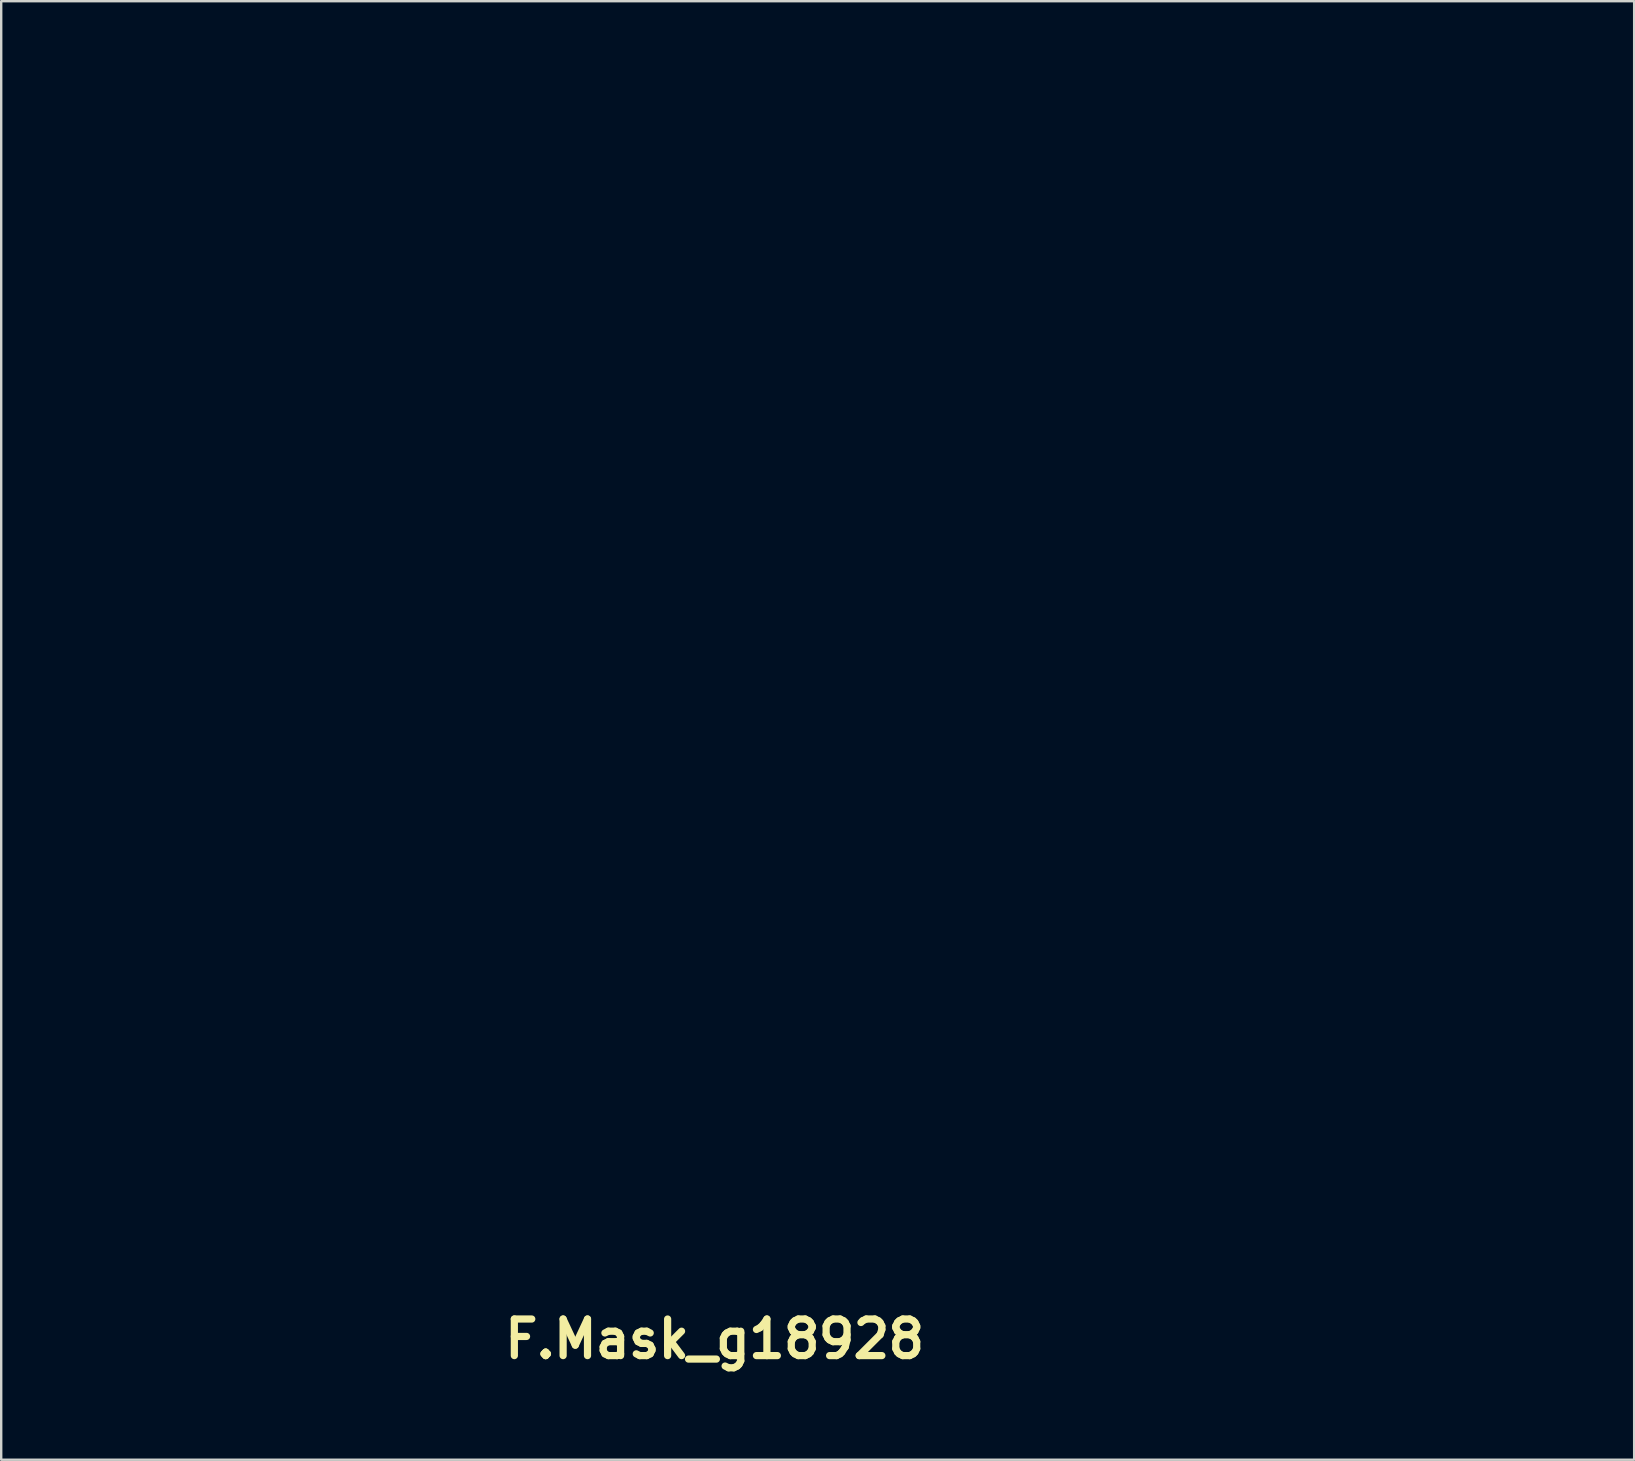
<source format=kicad_pcb>
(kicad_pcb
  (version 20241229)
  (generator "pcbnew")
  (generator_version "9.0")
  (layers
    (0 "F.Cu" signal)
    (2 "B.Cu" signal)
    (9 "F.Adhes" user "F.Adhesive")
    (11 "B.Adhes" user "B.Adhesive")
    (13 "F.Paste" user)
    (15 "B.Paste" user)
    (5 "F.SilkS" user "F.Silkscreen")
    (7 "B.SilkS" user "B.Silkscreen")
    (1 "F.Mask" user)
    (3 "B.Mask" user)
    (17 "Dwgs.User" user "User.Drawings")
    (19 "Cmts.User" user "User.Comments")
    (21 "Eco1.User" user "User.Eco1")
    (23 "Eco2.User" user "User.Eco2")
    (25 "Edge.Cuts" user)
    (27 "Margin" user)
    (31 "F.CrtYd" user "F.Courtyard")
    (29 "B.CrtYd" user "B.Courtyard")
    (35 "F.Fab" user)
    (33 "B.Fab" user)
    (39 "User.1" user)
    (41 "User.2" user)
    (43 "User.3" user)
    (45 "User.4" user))
  (footprint "F.Mask_g18928"
    (layer "F.Cu")
    (at 26.726 52.742)
    (property "Reference" "F.Mask_g18928" (at 0 0 0) (layer "F.SilkS") (effects (font (size 1.524 1.524) (thickness 0.3))))
    (attr through_hole)
    (fp_poly (pts (xy 22.759 -3.662) (xy 22.947 -3.497) (xy 23.131 -3.201) (xy 23.295 -2.794) (xy 23.302 -2.774) (xy 23.397 -2.461) (xy 23.438 -2.258) (xy 23.43 -2.117) (xy 23.375 -1.988) (xy 23.365 -1.971) (xy 23.1 -1.662) (xy 22.734 -1.451) (xy 22.556 -1.4) (xy 22.295 -1.347) (xy 22.326 -2.049) (xy 22.356 -2.629) (xy 22.39 -3.06) (xy 22.43 -3.361) (xy 22.48 -3.552) (xy 22.543 -3.654) (xy 22.582 -3.678) (xy 22.759 -3.662)) (stroke (width 0.01) (type solid)) (fill yes) (layer "F.Mask"))
    (fp_poly (pts (xy 16.005 -1.961) (xy 16.445 -1.741) (xy 16.905 -1.366) (xy 17.004 -1.267) (xy 17.356 -0.852) (xy 17.614 -0.428) (xy 17.757 -0.031) (xy 17.78 0.167) (xy 17.751 0.352) (xy 17.632 0.473) (xy 17.482 0.546) (xy 17.096 0.676) (xy 16.712 0.754) (xy 16.381 0.773) (xy 16.155 0.727) (xy 16.03 0.598) (xy 15.881 0.342) (xy 15.72 -0.004) (xy 15.563 -0.403) (xy 15.425 -0.816) (xy 15.32 -1.208) (xy 15.263 -1.539) (xy 15.262 -1.545) (xy 15.216 -2.032) (xy 15.57 -2.032) (xy 16.005 -1.961)) (stroke (width 0.01) (type solid)) (fill yes) (layer "F.Mask"))
    (fp_poly (pts (xy 4.184 -5.308) (xy 4.242 -5.249) (xy 4.293 -5.072) (xy 4.313 -4.765) (xy 4.305 -4.359) (xy 4.272 -3.891) (xy 4.219 -3.393) (xy 4.15 -2.9) (xy 4.067 -2.447) (xy 3.974 -2.066) (xy 3.877 -1.798) (xy 3.706 -1.593) (xy 3.479 -1.534) (xy 3.231 -1.623) (xy 3.088 -1.746) (xy 2.862 -2.052) (xy 2.645 -2.454) (xy 2.451 -2.913) (xy 2.293 -3.385) (xy 2.187 -3.831) (xy 2.147 -4.207) (xy 2.17 -4.427) (xy 2.307 -4.654) (xy 2.588 -4.862) (xy 3.024 -5.054) (xy 3.605 -5.231) (xy 3.905 -5.304) (xy 4.084 -5.33) (xy 4.184 -5.308)) (stroke (width 0.01) (type solid)) (fill yes) (layer "F.Mask"))
    (fp_poly (pts (xy 5.943 -0.402) (xy 6.097 -0.326) (xy 6.291 -0.157) (xy 6.446 0.003) (xy 6.693 0.307) (xy 6.951 0.687) (xy 7.165 1.063) (xy 7.171 1.075) (xy 7.344 1.449) (xy 7.42 1.704) (xy 7.382 1.865) (xy 7.216 1.955) (xy 6.906 1.998) (xy 6.577 2.014) (xy 6.21 2.021) (xy 5.971 2.008) (xy 5.817 1.969) (xy 5.708 1.897) (xy 5.683 1.873) (xy 5.57 1.667) (xy 5.491 1.333) (xy 5.451 0.911) (xy 5.455 0.44) (xy 5.483 0.127) (xy 5.523 -0.155) (xy 5.572 -0.311) (xy 5.653 -0.382) (xy 5.789 -0.409) (xy 5.943 -0.402)) (stroke (width 0.01) (type solid)) (fill yes) (layer "F.Mask"))
    (fp_poly (pts (xy 13.046 -1.773) (xy 13.119 -1.738) (xy 13.352 -1.566) (xy 13.651 -1.263) (xy 13.999 -0.847) (xy 14.382 -0.336) (xy 14.554 -0.091) (xy 14.824 0.347) (xy 14.962 0.685) (xy 14.966 0.93) (xy 14.835 1.09) (xy 14.567 1.171) (xy 14.322 1.185) (xy 14.07 1.154) (xy 13.834 1.042) (xy 13.618 0.878) (xy 13.338 0.672) (xy 12.988 0.454) (xy 12.719 0.308) (xy 12.431 0.157) (xy 12.258 0.03) (xy 12.159 -0.111) (xy 12.096 -0.294) (xy 12.045 -0.657) (xy 12.059 -1.057) (xy 12.131 -1.425) (xy 12.234 -1.662) (xy 12.432 -1.822) (xy 12.715 -1.86) (xy 13.046 -1.773)) (stroke (width 0.01) (type solid)) (fill yes) (layer "F.Mask"))
    (fp_poly (pts (xy 15.036 -7.471) (xy 15.119 -7.446) (xy 15.216 -7.265) (xy 15.242 -6.969) (xy 15.2 -6.597) (xy 15.092 -6.186) (xy 14.999 -5.941) (xy 14.852 -5.588) (xy 14.71 -5.233) (xy 14.615 -4.985) (xy 14.401 -4.575) (xy 14.114 -4.318) (xy 13.751 -4.212) (xy 13.377 -4.241) (xy 13.117 -4.35) (xy 12.918 -4.52) (xy 12.76 -4.786) (xy 12.589 -5.161) (xy 12.425 -5.591) (xy 12.286 -6.023) (xy 12.191 -6.404) (xy 12.161 -6.643) (xy 12.15 -7.062) (xy 12.615 -7.17) (xy 13.081 -7.267) (xy 13.565 -7.35) (xy 14.034 -7.415) (xy 14.457 -7.46) (xy 14.802 -7.48) (xy 15.036 -7.471)) (stroke (width 0.01) (type solid)) (fill yes) (layer "F.Mask"))
    (fp_poly (pts (xy 17.2 -7.593) (xy 17.422 -7.544) (xy 17.447 -7.532) (xy 17.575 -7.411) (xy 17.732 -7.192) (xy 17.84 -7.003) (xy 17.987 -6.666) (xy 18.057 -6.334) (xy 18.073 -6.008) (xy 18.04 -5.557) (xy 17.922 -5.222) (xy 17.699 -4.963) (xy 17.5 -4.822) (xy 17.263 -4.695) (xy 17.102 -4.673) (xy 16.958 -4.76) (xy 16.873 -4.847) (xy 16.626 -5.156) (xy 16.37 -5.542) (xy 16.127 -5.966) (xy 15.916 -6.389) (xy 15.758 -6.771) (xy 15.673 -7.074) (xy 15.664 -7.167) (xy 15.692 -7.366) (xy 15.812 -7.479) (xy 15.93 -7.527) (xy 16.186 -7.582) (xy 16.522 -7.612) (xy 16.88 -7.615) (xy 17.2 -7.593)) (stroke (width 0.01) (type solid)) (fill yes) (layer "F.Mask"))
    (fp_poly (pts (xy 11.557 -6.816) (xy 11.583 -6.549) (xy 11.568 -6.392) (xy 11.513 -6.107) (xy 11.427 -5.729) (xy 11.319 -5.291) (xy 11.198 -4.828) (xy 11.073 -4.375) (xy 10.953 -3.965) (xy 10.848 -3.633) (xy 10.765 -3.414) (xy 10.747 -3.376) (xy 10.595 -3.239) (xy 10.379 -3.248) (xy 10.136 -3.388) (xy 9.871 -3.635) (xy 9.578 -3.974) (xy 9.276 -4.373) (xy 8.988 -4.798) (xy 8.733 -5.217) (xy 8.534 -5.599) (xy 8.411 -5.911) (xy 8.382 -6.078) (xy 8.404 -6.271) (xy 8.501 -6.392) (xy 8.7 -6.492) (xy 9.066 -6.61) (xy 9.541 -6.713) (xy 10.065 -6.791) (xy 10.578 -6.837) (xy 10.982 -6.841) (xy 11.557 -6.816)) (stroke (width 0.01) (type solid)) (fill yes) (layer "F.Mask"))
    (fp_poly (pts (xy 19.051 -3.097) (xy 19.342 -2.953) (xy 19.466 -2.826) (xy 19.641 -2.536) (xy 19.815 -2.128) (xy 19.969 -1.655) (xy 20.084 -1.167) (xy 20.094 -1.112) (xy 20.142 -0.819) (xy 20.15 -0.641) (xy 20.108 -0.525) (xy 20.009 -0.42) (xy 19.962 -0.379) (xy 19.724 -0.223) (xy 19.395 -0.065) (xy 19.041 0.069) (xy 18.725 0.153) (xy 18.578 0.169) (xy 18.435 0.138) (xy 18.319 0.02) (xy 18.197 -0.223) (xy 18.193 -0.233) (xy 18.04 -0.656) (xy 17.916 -1.135) (xy 17.831 -1.609) (xy 17.798 -2.019) (xy 17.805 -2.185) (xy 17.912 -2.541) (xy 18.124 -2.824) (xy 18.408 -3.02) (xy 18.729 -3.115) (xy 19.051 -3.097)) (stroke (width 0.01) (type solid)) (fill yes) (layer "F.Mask"))
    (fp_poly (pts (xy 21.479 -7.931) (xy 21.672 -7.877) (xy 21.74 -7.804) (xy 21.755 -7.675) (xy 21.721 -7.442) (xy 21.7 -7.341) (xy 21.587 -6.948) (xy 21.409 -6.493) (xy 21.192 -6.032) (xy 20.963 -5.619) (xy 20.748 -5.31) (xy 20.729 -5.289) (xy 20.507 -5.096) (xy 20.284 -4.998) (xy 20.101 -5.008) (xy 20.028 -5.072) (xy 19.961 -5.212) (xy 19.851 -5.471) (xy 19.715 -5.808) (xy 19.567 -6.183) (xy 19.425 -6.557) (xy 19.303 -6.888) (xy 19.217 -7.136) (xy 19.185 -7.243) (xy 19.166 -7.482) (xy 19.242 -7.652) (xy 19.435 -7.768) (xy 19.764 -7.845) (xy 20.03 -7.879) (xy 20.645 -7.932) (xy 21.132 -7.949) (xy 21.479 -7.931)) (stroke (width 0.01) (type solid)) (fill yes) (layer "F.Mask"))
    (fp_poly (pts (xy 2.652 -1.546) (xy 2.871 -1.373) (xy 3.155 -1.11) (xy 3.481 -0.778) (xy 3.83 -0.397) (xy 4.179 0.01) (xy 4.274 0.127) (xy 4.67 0.636) (xy 4.947 1.041) (xy 5.111 1.355) (xy 5.168 1.59) (xy 5.121 1.758) (xy 5.001 1.86) (xy 4.903 1.903) (xy 4.789 1.927) (xy 4.631 1.93) (xy 4.403 1.909) (xy 4.076 1.862) (xy 3.624 1.788) (xy 3.341 1.739) (xy 2.913 1.66) (xy 2.531 1.581) (xy 2.235 1.51) (xy 2.063 1.455) (xy 2.051 1.45) (xy 1.906 1.327) (xy 1.819 1.128) (xy 1.784 0.827) (xy 1.796 0.395) (xy 1.806 0.265) (xy 1.875 -0.307) (xy 1.983 -0.8) (xy 2.122 -1.194) (xy 2.282 -1.468) (xy 2.458 -1.6) (xy 2.517 -1.609) (xy 2.652 -1.546)) (stroke (width 0.01) (type solid)) (fill yes) (layer "F.Mask"))
    (fp_poly (pts (xy 8.513 -1.076) (xy 8.86 -1.014) (xy 9.209 -0.912) (xy 9.328 -0.865) (xy 9.658 -0.69) (xy 10.042 -0.446) (xy 10.457 -0.152) (xy 10.879 0.172) (xy 11.284 0.508) (xy 11.649 0.834) (xy 11.951 1.132) (xy 12.166 1.381) (xy 12.27 1.562) (xy 12.277 1.601) (xy 12.266 1.665) (xy 12.221 1.718) (xy 12.122 1.761) (xy 11.95 1.798) (xy 11.687 1.832) (xy 11.313 1.866) (xy 10.81 1.903) (xy 10.157 1.946) (xy 10.118 1.948) (xy 9.543 1.984) (xy 9.112 2.007) (xy 8.802 2.019) (xy 8.586 2.019) (xy 8.442 2.007) (xy 8.344 1.985) (xy 8.317 1.975) (xy 8.207 1.876) (xy 8.083 1.69) (xy 8.069 1.665) (xy 7.995 1.432) (xy 7.937 1.079) (xy 7.898 0.652) (xy 7.88 0.199) (xy 7.884 -0.232) (xy 7.914 -0.594) (xy 7.959 -0.804) (xy 8.064 -1.122) (xy 8.513 -1.076)) (stroke (width 0.01) (type solid)) (fill yes) (layer "F.Mask"))
    (fp_poly (pts (xy 22.35 -23.747) (xy 22.591 -23.715) (xy 23.162 -23.587) (xy 23.665 -23.38) (xy 24.124 -23.077) (xy 24.564 -22.66) (xy 25.008 -22.11) (xy 25.324 -21.653) (xy 25.646 -21.143) (xy 25.878 -20.708) (xy 26.037 -20.299) (xy 26.138 -19.867) (xy 26.197 -19.361) (xy 26.226 -18.79) (xy 26.237 -18.162) (xy 26.212 -17.653) (xy 26.141 -17.215) (xy 26.016 -16.797) (xy 25.825 -16.353) (xy 25.67 -16.044) (xy 25.214 -15.34) (xy 24.638 -14.752) (xy 23.935 -14.275) (xy 23.707 -14.157) (xy 23.229 -13.954) (xy 22.759 -13.823) (xy 22.253 -13.758) (xy 21.669 -13.753) (xy 20.997 -13.8) (xy 20.101 -13.953) (xy 19.302 -14.238) (xy 18.582 -14.664) (xy 17.922 -15.241) (xy 17.828 -15.34) (xy 17.547 -15.668) (xy 17.276 -16.027) (xy 17.066 -16.351) (xy 17.033 -16.41) (xy 16.908 -16.67) (xy 16.823 -16.925) (xy 16.777 -17.205) (xy 16.767 -17.541) (xy 16.778 -17.735) (xy 21.87 -17.735) (xy 21.915 -17.569) (xy 21.976 -17.43) (xy 22.1 -17.203) (xy 22.227 -17.043) (xy 22.261 -17.017) (xy 22.536 -16.941) (xy 22.867 -16.973) (xy 23.173 -17.099) (xy 23.421 -17.343) (xy 23.557 -17.682) (xy 23.566 -18.07) (xy 23.536 -18.211) (xy 23.424 -18.48) (xy 23.262 -18.71) (xy 23.09 -18.855) (xy 23.001 -18.881) (xy 22.81 -18.82) (xy 22.564 -18.665) (xy 22.31 -18.453) (xy 22.096 -18.223) (xy 22.012 -18.097) (xy 21.9 -17.884) (xy 21.87 -17.735) (xy 16.778 -17.735) (xy 16.792 -17.965) (xy 16.85 -18.508) (xy 16.894 -18.855) (xy 17.008 -19.638) (xy 17.133 -20.28) (xy 17.28 -20.808) (xy 17.46 -21.252) (xy 17.684 -21.638) (xy 17.963 -21.995) (xy 18.213 -22.26) (xy 18.927 -22.857) (xy 19.716 -23.31) (xy 20.562 -23.613) (xy 21.446 -23.761) (xy 22.35 -23.747)) (stroke (width 0.01) (type solid)) (fill yes) (layer "F.Mask"))
    (fp_poly (pts (xy -17.198 -26.293) (xy -17.045 -26.192) (xy -17.032 -26.05) (xy -17.144 -25.909) (xy -17.231 -25.734) (xy -17.22 -25.601) (xy -17.23 -25.352) (xy -17.391 -25.095) (xy -17.71 -24.819) (xy -17.791 -24.762) (xy -18.08 -24.553) (xy -18.275 -24.368) (xy -18.43 -24.152) (xy -18.514 -24.005) (xy -18.628 -23.685) (xy -18.609 -23.36) (xy -18.453 -22.993) (xy -18.367 -22.852) (xy -18.097 -22.43) (xy -18.202 -20.675) (xy -18.248 -19.144) (xy -18.195 -17.65) (xy -18.039 -16.153) (xy -17.776 -14.614) (xy -17.401 -12.996) (xy -17.358 -12.83) (xy -17.241 -12.383) (xy -17.142 -11.99) (xy -17.067 -11.683) (xy -17.025 -11.492) (xy -17.018 -11.446) (xy -17.078 -11.317) (xy -17.264 -11.26) (xy -17.586 -11.274) (xy -18.034 -11.353) (xy -18.586 -11.446) (xy -19.278 -11.521) (xy -20.08 -11.577) (xy -20.962 -11.615) (xy -21.897 -11.633) (xy -22.855 -11.632) (xy -23.807 -11.611) (xy -24.723 -11.57) (xy -25.575 -11.508) (xy -26.055 -11.459) (xy -26.325 -11.438) (xy -26.473 -11.46) (xy -26.544 -11.532) (xy -26.552 -11.55) (xy -26.559 -11.675) (xy -26.478 -11.82) (xy -26.294 -11.999) (xy -25.992 -12.227) (xy -25.556 -12.519) (xy -25.52 -12.542) (xy -25.158 -12.783) (xy -24.916 -12.968) (xy -24.767 -13.122) (xy -24.682 -13.271) (xy -24.663 -13.327) (xy -24.616 -13.57) (xy -24.664 -13.708) (xy -24.665 -13.709) (xy -24.791 -13.75) (xy -25.058 -13.78) (xy -25.44 -13.798) (xy -25.716 -13.801) (xy -26.154 -13.805) (xy -26.449 -13.821) (xy -26.626 -13.852) (xy -26.709 -13.9) (xy -26.721 -13.921) (xy -26.72 -14.099) (xy -26.59 -14.325) (xy -26.324 -14.608) (xy -25.914 -14.956) (xy -25.908 -14.961) (xy -25.568 -15.249) (xy -25.176 -15.607) (xy -24.794 -15.98) (xy -24.608 -16.173) (xy -24.307 -16.494) (xy -24.124 -16.713) (xy -24.067 -16.858) (xy -24.145 -16.955) (xy -24.366 -17.031) (xy -24.74 -17.113) (xy -24.919 -17.15) (xy -25.341 -17.25) (xy -25.632 -17.351) (xy -25.787 -17.466) (xy -25.807 -17.608) (xy -25.688 -17.789) (xy -25.428 -18.023) (xy -25.025 -18.321) (xy -24.684 -18.556) (xy -24.302 -18.821) (xy -23.967 -19.063) (xy -23.707 -19.261) (xy -23.548 -19.396) (xy -23.512 -19.436) (xy -23.485 -19.632) (xy -23.526 -19.797) (xy -23.618 -20.114) (xy -23.701 -20.553) (xy -23.772 -21.069) (xy -23.827 -21.615) (xy -23.859 -22.144) (xy -23.866 -22.61) (xy -23.841 -22.967) (xy -23.84 -22.974) (xy -23.775 -23.246) (xy -23.662 -23.408) (xy -23.554 -23.479) (xy -23.342 -23.594) (xy -23.069 -23.745) (xy -22.945 -23.815) (xy -22.751 -23.912) (xy -22.43 -24.06) (xy -22.012 -24.243) (xy -21.528 -24.45) (xy -21.009 -24.666) (xy -20.893 -24.713) (xy -20.14 -25.025) (xy -19.526 -25.286) (xy -19.033 -25.508) (xy -18.639 -25.699) (xy -18.327 -25.868) (xy -18.077 -26.025) (xy -17.954 -26.113) (xy -17.727 -26.251) (xy -17.52 -26.326) (xy -17.474 -26.331) (xy -17.198 -26.293)) (stroke (width 0.01) (type solid)) (fill yes) (layer "F.Mask"))
    (fp_poly (pts (xy 1.623 -22.582) (xy 2.254 -22.544) (xy 2.836 -22.489) (xy 3.325 -22.418) (xy 3.58 -22.363) (xy 4.462 -22.056) (xy 5.295 -21.625) (xy 6.054 -21.089) (xy 6.714 -20.467) (xy 7.248 -19.78) (xy 7.495 -19.351) (xy 7.635 -18.99) (xy 7.697 -18.65) (xy 7.677 -18.372) (xy 7.584 -18.208) (xy 7.532 -18.136) (xy 7.536 -18.021) (xy 7.602 -17.83) (xy 7.741 -17.527) (xy 7.753 -17.502) (xy 7.923 -17.108) (xy 8.013 -16.784) (xy 8.042 -16.463) (xy 8.042 -16.428) (xy 7.966 -15.632) (xy 7.756 -14.793) (xy 7.427 -13.944) (xy 6.997 -13.117) (xy 6.482 -12.344) (xy 5.9 -11.659) (xy 5.267 -11.092) (xy 5.264 -11.09) (xy 4.479 -10.569) (xy 3.628 -10.153) (xy 2.685 -9.832) (xy 1.624 -9.596) (xy 1.185 -9.527) (xy 0.787 -9.47) (xy 0.509 -9.434) (xy 0.305 -9.42) (xy 0.129 -9.425) (xy -0.066 -9.452) (xy -0.328 -9.5) (xy -0.466 -9.525) (xy -1.394 -9.757) (xy -2.208 -10.095) (xy -2.938 -10.554) (xy -3.469 -11.007) (xy -3.983 -11.577) (xy -4.455 -12.247) (xy -4.857 -12.97) (xy -5.134 -13.628) (xy -3.899 -13.628) (xy -3.83 -13.507) (xy -3.663 -13.254) (xy -3.425 -12.912) (xy -3.061 -12.445) (xy -2.645 -11.99) (xy -2.201 -11.568) (xy -1.754 -11.198) (xy -1.327 -10.9) (xy -0.945 -10.692) (xy -0.632 -10.595) (xy -0.55 -10.59) (xy -0.516 -10.613) (xy -0.622 -10.668) (xy -0.72 -10.702) (xy -1.284 -10.947) (xy -1.847 -11.328) (xy -2.42 -11.853) (xy -3.013 -12.533) (xy -3.241 -12.827) (xy -3.54 -13.218) (xy -3.751 -13.483) (xy -3.872 -13.62) (xy -3.899 -13.628) (xy -5.134 -13.628) (xy -5.164 -13.698) (xy -5.18 -13.758) (xy -3.979 -13.758) (xy -3.937 -13.716) (xy -3.895 -13.758) (xy -3.937 -13.801) (xy -3.979 -13.758) (xy -5.18 -13.758) (xy -5.341 -14.342) (xy -5.384 -14.692) (xy -5.41 -15.163) (xy -5.414 -15.36) (xy 0.865 -15.36) (xy 0.906 -14.887) (xy 0.966 -14.699) (xy 1.184 -14.306) (xy 1.487 -14) (xy 1.842 -13.798) (xy 2.216 -13.718) (xy 2.576 -13.777) (xy 2.651 -13.811) (xy 3.045 -14.105) (xy 3.332 -14.512) (xy 3.431 -14.765) (xy 3.535 -15.212) (xy 3.542 -15.556) (xy 3.448 -15.836) (xy 3.334 -15.999) (xy 3.039 -16.278) (xy 2.703 -16.441) (xy 2.276 -16.506) (xy 2.111 -16.51) (xy 1.812 -16.502) (xy 1.615 -16.461) (xy 1.453 -16.363) (xy 1.268 -16.189) (xy 0.986 -15.799) (xy 0.865 -15.36) (xy -5.414 -15.36) (xy -5.42 -15.708) (xy -5.413 -16.279) (xy -5.391 -16.83) (xy -5.355 -17.312) (xy -5.304 -17.679) (xy -5.298 -17.709) (xy -5.049 -18.519) (xy -4.663 -19.331) (xy -4.165 -20.104) (xy -3.581 -20.796) (xy -3.02 -21.304) (xy -2.463 -21.691) (xy -1.85 -22.036) (xy -1.232 -22.314) (xy -0.663 -22.497) (xy -0.527 -22.527) (xy -0.132 -22.575) (xy 0.387 -22.6) (xy 0.986 -22.601) (xy 1.623 -22.582)) (stroke (width 0.01) (type solid)) (fill yes) (layer "F.Mask"))
    (fp_poly (pts (xy -12.734 -42.992) (xy -12.512 -42.973) (xy -12.312 -42.942) (xy -12.104 -42.887) (xy -11.861 -42.798) (xy -11.555 -42.664) (xy -11.158 -42.477) (xy -10.641 -42.224) (xy -10.566 -42.186) (xy -9.917 -41.87) (xy -9.378 -41.619) (xy -8.91 -41.42) (xy -8.471 -41.257) (xy -8.024 -41.118) (xy -7.528 -40.986) (xy -6.944 -40.849) (xy -6.816 -40.82) (xy -6.329 -40.699) (xy -5.816 -40.554) (xy -5.315 -40.397) (xy -4.866 -40.24) (xy -4.507 -40.096) (xy -4.291 -39.988) (xy -4.34 -39.939) (xy -4.52 -39.828) (xy -4.81 -39.667) (xy -5.188 -39.469) (xy -5.633 -39.244) (xy -5.728 -39.197) (xy -7.473 -38.251) (xy -9.104 -37.19) (xy -10.627 -36.007) (xy -12.047 -34.699) (xy -13.368 -33.26) (xy -14.596 -31.686) (xy -15.735 -29.971) (xy -16.635 -28.406) (xy -16.875 -27.97) (xy -17.058 -27.666) (xy -17.198 -27.475) (xy -17.311 -27.375) (xy -17.409 -27.347) (xy -17.493 -27.413) (xy -17.654 -27.596) (xy -17.873 -27.871) (xy -18.131 -28.217) (xy -18.312 -28.469) (xy -18.629 -28.92) (xy -18.958 -29.387) (xy -19.266 -29.826) (xy -19.521 -30.19) (xy -19.59 -30.289) (xy -20.161 -31.068) (xy -20.827 -31.906) (xy -21.548 -32.758) (xy -22.087 -33.359) (xy -22.509 -33.825) (xy -22.825 -34.192) (xy -23.051 -34.479) (xy -23.2 -34.706) (xy -23.288 -34.893) (xy -23.315 -34.985) (xy -23.382 -35.109) (xy -23.541 -35.339) (xy -23.774 -35.655) (xy -24.064 -36.033) (xy -24.393 -36.452) (xy -24.744 -36.89) (xy -25.098 -37.324) (xy -25.438 -37.733) (xy -25.746 -38.096) (xy -26.005 -38.388) (xy -26.196 -38.59) (xy -26.258 -38.647) (xy -26.449 -38.883) (xy -26.494 -39.126) (xy -26.389 -39.342) (xy -26.312 -39.408) (xy -26.194 -39.464) (xy -26.008 -39.503) (xy -25.728 -39.527) (xy -25.325 -39.538) (xy -24.979 -39.54) (xy -24.506 -39.546) (xy -24.047 -39.562) (xy -23.654 -39.586) (xy -23.376 -39.615) (xy -23.361 -39.618) (xy -23.097 -39.654) (xy -22.712 -39.697) (xy -22.256 -39.741) (xy -21.777 -39.783) (xy -21.71 -39.788) (xy -21.158 -39.834) (xy -20.753 -39.872) (xy -20.472 -39.908) (xy -20.294 -39.946) (xy -20.196 -39.989) (xy -20.156 -40.041) (xy -20.151 -40.081) (xy -20.131 -40.185) (xy -20.058 -40.265) (xy -19.912 -40.327) (xy -19.673 -40.375) (xy -19.322 -40.412) (xy -18.838 -40.443) (xy -18.313 -40.467) (xy -17.697 -40.496) (xy -17.229 -40.528) (xy -16.887 -40.564) (xy -16.648 -40.607) (xy -16.492 -40.659) (xy -16.468 -40.671) (xy -16.172 -40.765) (xy -15.726 -40.806) (xy -15.564 -40.809) (xy -15.123 -40.818) (xy -14.829 -40.853) (xy -14.682 -40.925) (xy -14.681 -41.045) (xy -14.824 -41.225) (xy -15.11 -41.478) (xy -15.473 -41.764) (xy -15.899 -42.094) (xy -16.204 -42.341) (xy -16.402 -42.52) (xy -16.508 -42.647) (xy -16.536 -42.739) (xy -16.502 -42.81) (xy -16.471 -42.839) (xy -16.379 -42.883) (xy -16.228 -42.891) (xy -15.985 -42.862) (xy -15.618 -42.793) (xy -15.516 -42.771) (xy -14.861 -42.635) (xy -14.351 -42.532) (xy -13.97 -42.46) (xy -13.697 -42.417) (xy -13.514 -42.398) (xy -13.402 -42.401) (xy -13.343 -42.423) (xy -13.337 -42.428) (xy -13.309 -42.564) (xy -13.361 -42.678) (xy -13.432 -42.842) (xy -13.389 -42.945) (xy -13.217 -42.995) (xy -12.9 -43) (xy -12.734 -42.992)) (stroke (width 0.01) (type solid)) (fill yes) (layer "F.Mask"))
    (fp_poly (pts (xy 10.724 -52.72) (xy 10.791 -52.54) (xy 10.829 -52.196) (xy 10.843 -51.703) (xy 10.855 -51.267) (xy 10.88 -50.945) (xy 10.917 -50.747) (xy 10.961 -50.688) (xy 11.01 -50.778) (xy 11.041 -50.912) (xy 11.11 -51.131) (xy 11.205 -51.268) (xy 11.226 -51.28) (xy 11.392 -51.259) (xy 11.588 -51.103) (xy 11.786 -50.835) (xy 11.863 -50.696) (xy 11.98 -50.497) (xy 12.09 -50.419) (xy 12.251 -50.427) (xy 12.276 -50.432) (xy 12.593 -50.415) (xy 12.738 -50.345) (xy 12.977 -50.227) (xy 13.18 -50.24) (xy 13.408 -50.382) (xy 13.664 -50.512) (xy 13.859 -50.531) (xy 13.94 -50.515) (xy 14.006 -50.477) (xy 14.067 -50.393) (xy 14.132 -50.241) (xy 14.207 -50) (xy 14.303 -49.648) (xy 14.428 -49.162) (xy 14.491 -48.916) (xy 14.62 -48.414) (xy 14.741 -47.961) (xy 14.846 -47.586) (xy 14.926 -47.318) (xy 14.974 -47.185) (xy 14.975 -47.182) (xy 15.017 -47.11) (xy 15.049 -47.097) (xy 15.081 -47.169) (xy 15.125 -47.352) (xy 15.191 -47.673) (xy 15.197 -47.7) (xy 15.296 -47.9) (xy 15.46 -47.953) (xy 15.653 -47.847) (xy 15.66 -47.84) (xy 15.833 -47.574) (xy 15.985 -47.143) (xy 16.117 -46.549) (xy 16.227 -45.796) (xy 16.299 -45.092) (xy 16.37 -44.313) (xy 16.435 -43.682) (xy 16.5 -43.179) (xy 16.567 -42.782) (xy 16.641 -42.47) (xy 16.724 -42.222) (xy 16.821 -42.018) (xy 16.834 -41.995) (xy 16.945 -41.773) (xy 17.017 -41.54) (xy 17.06 -41.246) (xy 17.087 -40.836) (xy 17.088 -40.815) (xy 17.093 -40.384) (xy 17.073 -39.953) (xy 17.033 -39.552) (xy 16.977 -39.216) (xy 16.91 -38.977) (xy 16.836 -38.868) (xy 16.82 -38.864) (xy 16.704 -38.9) (xy 16.476 -38.993) (xy 16.176 -39.126) (xy 16.029 -39.195) (xy 15.175 -39.644) (xy 14.468 -40.111) (xy 13.917 -40.589) (xy 13.766 -40.754) (xy 13.558 -40.985) (xy 13.387 -41.155) (xy 13.286 -41.231) (xy 13.279 -41.233) (xy 13.195 -41.166) (xy 13.063 -40.996) (xy 12.972 -40.854) (xy 12.825 -40.64) (xy 12.698 -40.501) (xy 12.646 -40.473) (xy 12.533 -40.499) (xy 12.288 -40.572) (xy 11.935 -40.684) (xy 11.502 -40.825) (xy 11.015 -40.987) (xy 10.5 -41.161) (xy 9.984 -41.337) (xy 9.493 -41.508) (xy 9.054 -41.663) (xy 8.692 -41.793) (xy 8.435 -41.891) (xy 8.318 -41.941) (xy 8.121 -42.088) (xy 7.999 -42.259) (xy 7.996 -42.269) (xy 7.906 -42.441) (xy 7.743 -42.669) (xy 7.63 -42.805) (xy 7.439 -43.03) (xy 7.286 -43.227) (xy 7.234 -43.306) (xy 7.11 -43.422) (xy 6.975 -43.384) (xy 6.848 -43.209) (xy 6.765 -42.971) (xy 6.612 -42.618) (xy 6.369 -42.331) (xy 6.076 -42.154) (xy 5.984 -42.129) (xy 5.626 -42.065) (xy 5.215 -41.999) (xy 4.794 -41.935) (xy 4.406 -41.881) (xy 4.091 -41.842) (xy 3.894 -41.824) (xy 3.873 -41.824) (xy 3.742 -41.834) (xy 3.673 -41.889) (xy 3.645 -42.031) (xy 3.641 -42.3) (xy 3.641 -42.308) (xy 3.647 -42.549) (xy 3.666 -42.921) (xy 3.694 -43.387) (xy 3.73 -43.911) (xy 3.767 -44.404) (xy 3.808 -44.945) (xy 3.846 -45.462) (xy 3.879 -45.917) (xy 3.903 -46.274) (xy 3.915 -46.482) (xy 3.934 -46.749) (xy 3.972 -46.884) (xy 4.043 -46.925) (xy 4.106 -46.921) (xy 4.484 -46.891) (xy 4.879 -46.907) (xy 5.225 -46.963) (xy 5.413 -47.029) (xy 5.62 -47.193) (xy 5.886 -47.491) (xy 6.196 -47.905) (xy 6.536 -48.417) (xy 6.895 -49.006) (xy 7.115 -49.395) (xy 7.252 -49.591) (xy 7.479 -49.861) (xy 7.761 -50.167) (xy 7.988 -50.396) (xy 8.295 -50.692) (xy 8.52 -50.887) (xy 8.702 -50.994) (xy 8.882 -51.029) (xy 9.099 -51.006) (xy 9.395 -50.94) (xy 9.44 -50.93) (xy 9.523 -50.933) (xy 9.609 -51) (xy 9.716 -51.153) (xy 9.858 -51.414) (xy 10.053 -51.807) (xy 10.058 -51.819) (xy 10.295 -52.286) (xy 10.482 -52.592) (xy 10.623 -52.737) (xy 10.724 -52.72)) (stroke (width 0.01) (type solid)) (fill yes) (layer "F.Mask"))
    (fp_poly (pts (xy 23.547 -41.122) (xy 23.698 -41.031) (xy 23.758 -40.89) (xy 23.818 -40.637) (xy 23.863 -40.352) (xy 23.92 -39.98) (xy 23.99 -39.761) (xy 24.087 -39.681) (xy 24.225 -39.725) (xy 24.351 -39.816) (xy 24.63 -40.017) (xy 24.831 -40.079) (xy 24.975 -39.999) (xy 25.084 -39.776) (xy 25.099 -39.729) (xy 25.095 -39.494) (xy 24.977 -39.146) (xy 24.948 -39.08) (xy 24.739 -38.622) (xy 24.939 -38.434) (xy 25.139 -38.246) (xy 25.87 -38.56) (xy 26.307 -38.734) (xy 26.607 -38.817) (xy 26.778 -38.806) (xy 26.827 -38.698) (xy 26.762 -38.488) (xy 26.628 -38.235) (xy 26.516 -38.017) (xy 26.466 -37.86) (xy 26.473 -37.818) (xy 26.58 -37.789) (xy 26.807 -37.769) (xy 27.102 -37.761) (xy 27.399 -37.749) (xy 27.625 -37.718) (xy 27.729 -37.675) (xy 27.697 -37.581) (xy 27.565 -37.407) (xy 27.359 -37.189) (xy 27.301 -37.133) (xy 27.078 -36.905) (xy 26.921 -36.708) (xy 26.856 -36.579) (xy 26.858 -36.563) (xy 26.889 -36.495) (xy 26.948 -36.465) (xy 27.066 -36.475) (xy 27.276 -36.53) (xy 27.609 -36.634) (xy 27.674 -36.654) (xy 28.296 -36.852) (xy 28.502 -36.629) (xy 28.703 -36.475) (xy 28.907 -36.407) (xy 28.917 -36.407) (xy 29.087 -36.36) (xy 29.125 -36.274) (xy 29.07 -36.174) (xy 28.915 -35.972) (xy 28.679 -35.691) (xy 28.379 -35.351) (xy 28.034 -34.975) (xy 28.003 -34.941) (xy 27.467 -34.367) (xy 27.036 -33.9) (xy 26.696 -33.525) (xy 26.434 -33.227) (xy 26.236 -32.991) (xy 26.091 -32.802) (xy 25.984 -32.644) (xy 25.903 -32.502) (xy 25.894 -32.484) (xy 25.792 -32.265) (xy 25.769 -32.111) (xy 25.822 -31.939) (xy 25.864 -31.844) (xy 26.018 -31.568) (xy 26.211 -31.296) (xy 26.236 -31.265) (xy 26.467 -30.992) (xy 27.69 -30.936) (xy 28.135 -30.911) (xy 28.522 -30.879) (xy 28.819 -30.844) (xy 28.993 -30.809) (xy 29.02 -30.797) (xy 29.111 -30.646) (xy 29.125 -30.557) (xy 29.203 -30.381) (xy 29.434 -30.27) (xy 29.814 -30.227) (xy 29.875 -30.226) (xy 30.24 -30.211) (xy 30.463 -30.157) (xy 30.549 -30.047) (xy 30.502 -29.865) (xy 30.325 -29.594) (xy 30.099 -29.311) (xy 29.887 -29.042) (xy 29.726 -28.813) (xy 29.64 -28.66) (xy 29.633 -28.63) (xy 29.706 -28.555) (xy 29.917 -28.557) (xy 30.257 -28.637) (xy 30.716 -28.791) (xy 31.048 -28.92) (xy 31.64 -29.136) (xy 32.108 -29.255) (xy 32.447 -29.276) (xy 32.653 -29.198) (xy 32.673 -29.178) (xy 32.726 -29.082) (xy 32.718 -28.968) (xy 32.635 -28.812) (xy 32.464 -28.591) (xy 32.191 -28.28) (xy 32.091 -28.171) (xy 31.889 -27.932) (xy 31.752 -27.735) (xy 31.703 -27.615) (xy 31.706 -27.604) (xy 31.812 -27.568) (xy 32.066 -27.54) (xy 32.448 -27.523) (xy 32.937 -27.517) (xy 32.94 -27.517) (xy 33.365 -27.514) (xy 33.722 -27.508) (xy 33.981 -27.499) (xy 34.111 -27.488) (xy 34.121 -27.483) (xy 34.064 -27.414) (xy 33.912 -27.255) (xy 33.691 -27.034) (xy 33.55 -26.896) (xy 33.251 -26.587) (xy 33.089 -26.374) (xy 33.061 -26.259) (xy 33.166 -26.242) (xy 33.402 -26.323) (xy 33.766 -26.503) (xy 34.205 -26.753) (xy 34.666 -27.004) (xy 35.004 -27.141) (xy 35.218 -27.163) (xy 35.307 -27.071) (xy 35.272 -26.865) (xy 35.111 -26.545) (xy 34.924 -26.253) (xy 34.703 -25.902) (xy 34.492 -25.521) (xy 34.339 -25.195) (xy 34.211 -24.907) (xy 34.087 -24.667) (xy 34.01 -24.549) (xy 33.902 -24.458) (xy 33.678 -24.29) (xy 33.36 -24.062) (xy 32.972 -23.792) (xy 32.538 -23.496) (xy 32.479 -23.456) (xy 31.88 -23.039) (xy 31.278 -22.593) (xy 30.72 -22.154) (xy 30.251 -21.758) (xy 30.163 -21.679) (xy 29.82 -21.36) (xy 29.504 -21.052) (xy 29.189 -20.728) (xy 28.852 -20.363) (xy 28.469 -19.931) (xy 28.015 -19.406) (xy 27.763 -19.111) (xy 27.599 -18.954) (xy 27.497 -18.934) (xy 27.486 -18.947) (xy 27.467 -19.054) (xy 27.443 -19.307) (xy 27.417 -19.68) (xy 27.39 -20.151) (xy 27.363 -20.694) (xy 27.344 -21.141) (xy 27.308 -21.989) (xy 27.272 -22.698) (xy 27.232 -23.295) (xy 27.186 -23.81) (xy 27.131 -24.271) (xy 27.063 -24.708) (xy 26.98 -25.149) (xy 26.878 -25.624) (xy 26.878 -25.627) (xy 26.494 -27.016) (xy 25.97 -28.406) (xy 25.326 -29.745) (xy 24.961 -30.388) (xy 24.671 -30.861) (xy 24.395 -31.29) (xy 24.118 -31.693) (xy 23.825 -32.088) (xy 23.501 -32.491) (xy 23.133 -32.92) (xy 22.704 -33.392) (xy 22.202 -33.926) (xy 21.611 -34.537) (xy 20.916 -35.245) (xy 20.722 -35.441) (xy 20.177 -35.995) (xy 19.67 -36.516) (xy 19.215 -36.99) (xy 18.822 -37.405) (xy 18.505 -37.747) (xy 18.275 -38.004) (xy 18.144 -38.162) (xy 18.119 -38.207) (xy 18.19 -38.376) (xy 18.391 -38.607) (xy 18.703 -38.882) (xy 19.107 -39.181) (xy 19.159 -39.217) (xy 19.525 -39.442) (xy 20.007 -39.704) (xy 20.56 -39.982) (xy 21.14 -40.255) (xy 21.705 -40.502) (xy 22.21 -40.702) (xy 22.416 -40.775) (xy 22.732 -40.886) (xy 22.986 -40.987) (xy 23.136 -41.059) (xy 23.152 -41.071) (xy 23.329 -41.142) (xy 23.547 -41.122)) (stroke (width 0.01) (type solid)) (fill yes) (layer "F.Mask")))
  (gr_rect
    (start -3 -3)
    (end 65.038 57.769)
    (stroke (width 0.1) (type default))
    (fill no)
    (layer "Edge.Cuts")))
</source>
